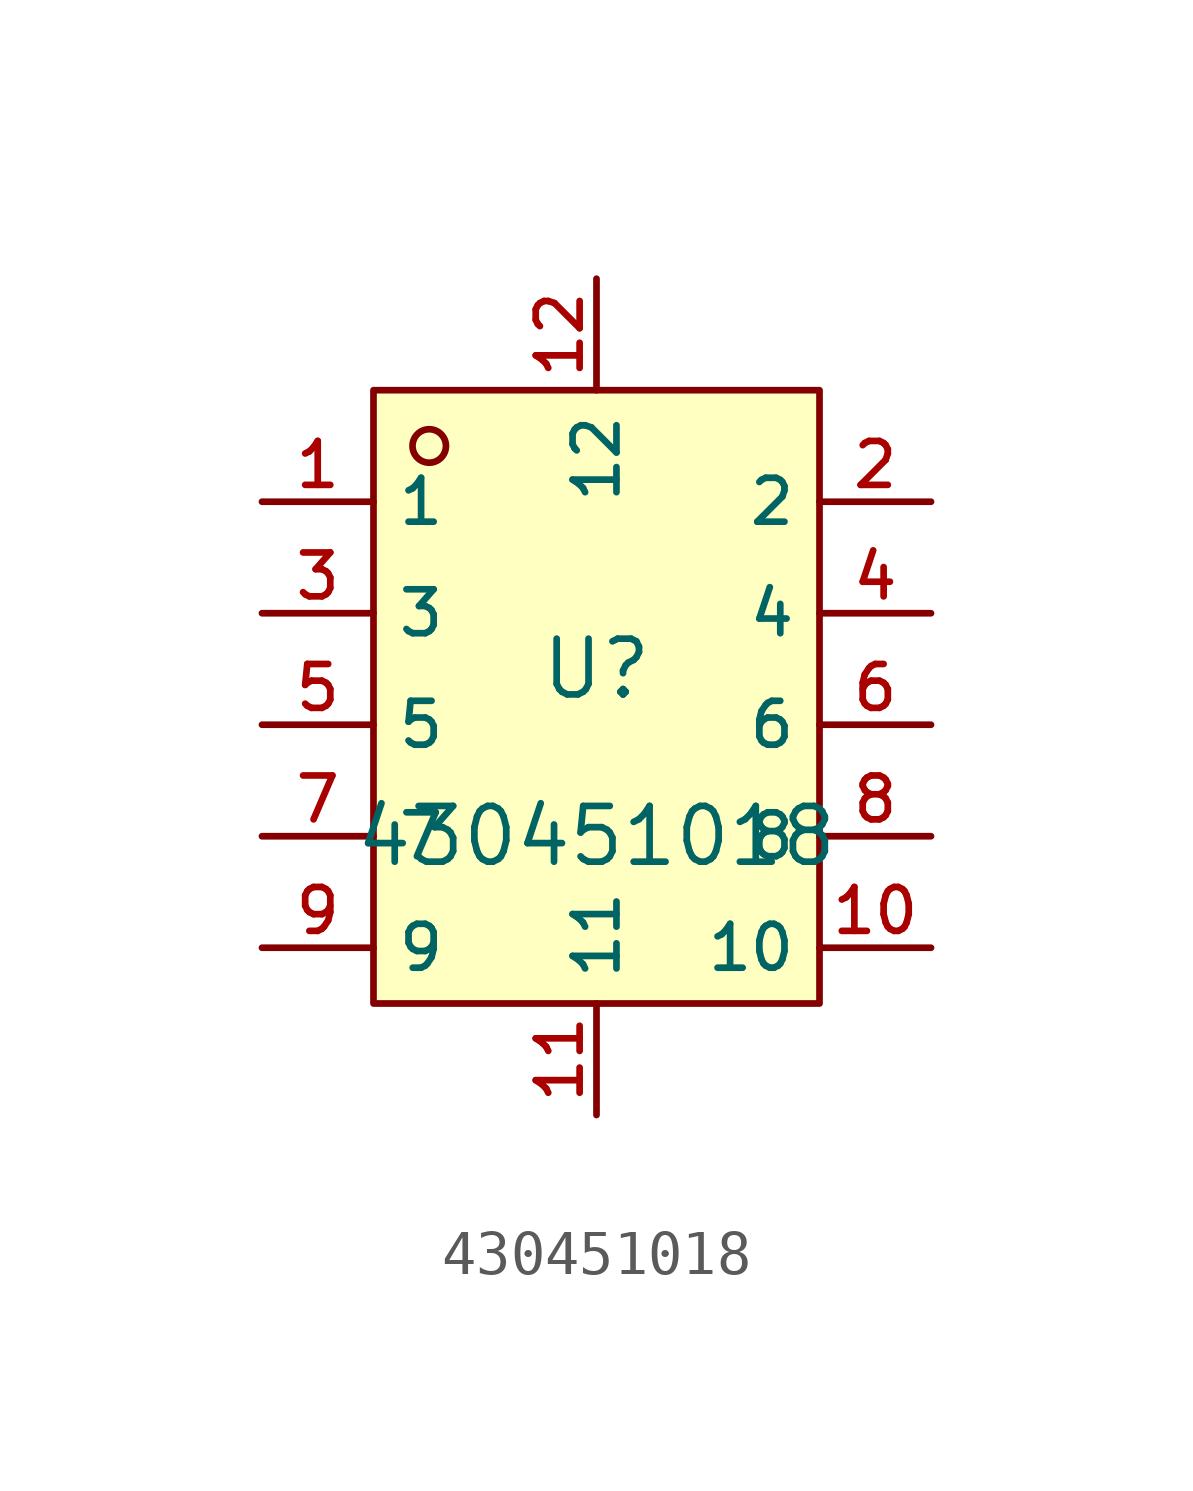
<source format=kicad_sym>
(kicad_symbol_lib
  (version 20210201)
  (generator TousstNicolas/JLC2KiCad_lib)
  (symbol "430451018"
    (property "Reference" "U"
      (at 0 1.27 0)
      (effects (font (size 1.27 1.27))))
    (property "Value" "430451018"
      (at 0 -2.54 0)
      (effects (font (size 1.27 1.27))))
    (symbol "430451018_0_1"
      (rectangle (start -5.08 7.62) (end 5.08 -6.35) (stroke (width 0) (type default) (color 0 0 0 0)) (fill (type background)))
      (circle (center -3.81 6.35) (radius 0.381) (stroke (width 0) (type default) (color 0 0 0 0)) (fill (type background)))
      (pin unspecified line (at -7.62 5.08 0) (length 2.54) (name "1" (effects (font (size 1 1)))) (number "1" (effects (font (size 1 1)))))
      (pin unspecified line (at 0.0 10.16 270) (length 2.54) (name "12" (effects (font (size 1 1)))) (number "12" (effects (font (size 1 1)))))
      (pin unspecified line (at -7.62 2.54 0) (length 2.54) (name "3" (effects (font (size 1 1)))) (number "3" (effects (font (size 1 1)))))
      (pin unspecified line (at 7.62 -5.08 180) (length 2.54) (name "10" (effects (font (size 1 1)))) (number "10" (effects (font (size 1 1)))))
      (pin unspecified line (at -7.62 -0.0 0) (length 2.54) (name "5" (effects (font (size 1 1)))) (number "5" (effects (font (size 1 1)))))
      (pin unspecified line (at 7.62 -2.54 180) (length 2.54) (name "8" (effects (font (size 1 1)))) (number "8" (effects (font (size 1 1)))))
      (pin unspecified line (at -7.62 -2.54 0) (length 2.54) (name "7" (effects (font (size 1 1)))) (number "7" (effects (font (size 1 1)))))
      (pin unspecified line (at 7.62 -0.0 180) (length 2.54) (name "6" (effects (font (size 1 1)))) (number "6" (effects (font (size 1 1)))))
      (pin unspecified line (at -7.62 -5.08 0) (length 2.54) (name "9" (effects (font (size 1 1)))) (number "9" (effects (font (size 1 1)))))
      (pin unspecified line (at 7.62 2.54 180) (length 2.54) (name "4" (effects (font (size 1 1)))) (number "4" (effects (font (size 1 1)))))
      (pin unspecified line (at 0.0 -8.89 90) (length 2.54) (name "11" (effects (font (size 1 1)))) (number "11" (effects (font (size 1 1)))))
      (pin unspecified line (at 7.62 5.08 180) (length 2.54) (name "2" (effects (font (size 1 1)))) (number "2" (effects (font (size 1 1))))))))
</source>
